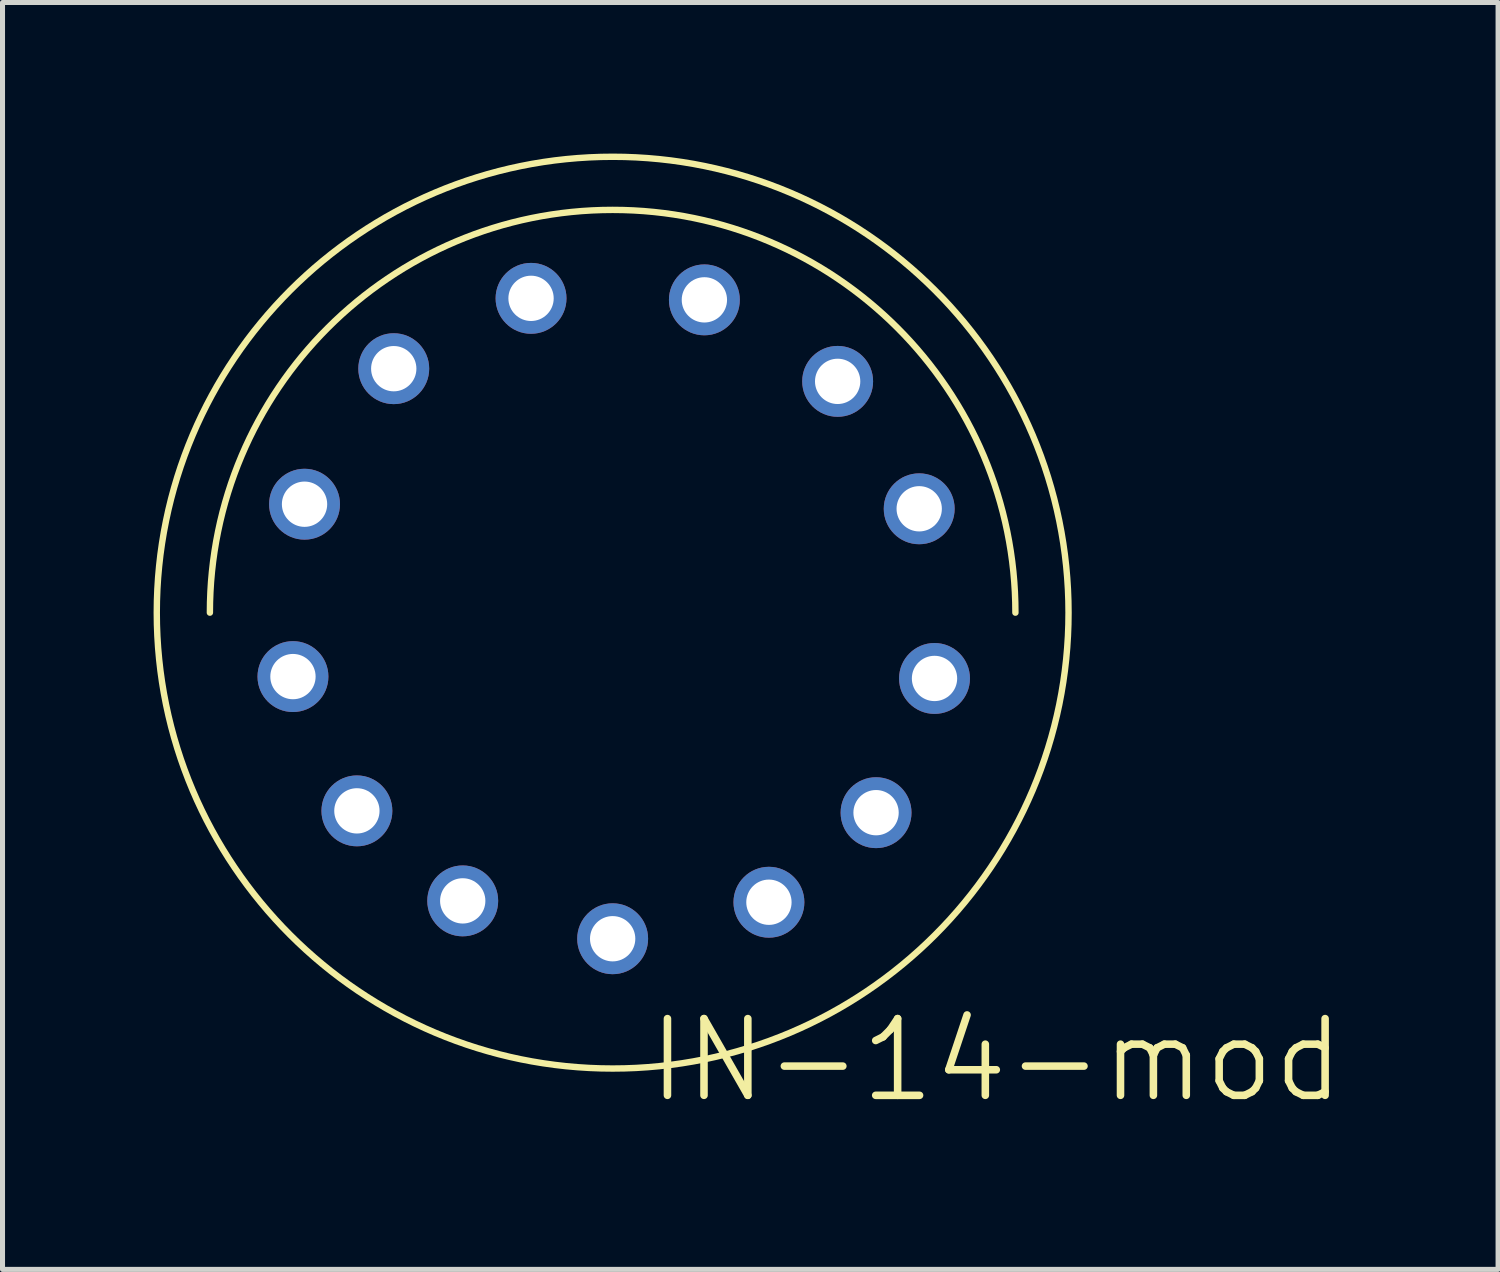
<source format=kicad_pcb>
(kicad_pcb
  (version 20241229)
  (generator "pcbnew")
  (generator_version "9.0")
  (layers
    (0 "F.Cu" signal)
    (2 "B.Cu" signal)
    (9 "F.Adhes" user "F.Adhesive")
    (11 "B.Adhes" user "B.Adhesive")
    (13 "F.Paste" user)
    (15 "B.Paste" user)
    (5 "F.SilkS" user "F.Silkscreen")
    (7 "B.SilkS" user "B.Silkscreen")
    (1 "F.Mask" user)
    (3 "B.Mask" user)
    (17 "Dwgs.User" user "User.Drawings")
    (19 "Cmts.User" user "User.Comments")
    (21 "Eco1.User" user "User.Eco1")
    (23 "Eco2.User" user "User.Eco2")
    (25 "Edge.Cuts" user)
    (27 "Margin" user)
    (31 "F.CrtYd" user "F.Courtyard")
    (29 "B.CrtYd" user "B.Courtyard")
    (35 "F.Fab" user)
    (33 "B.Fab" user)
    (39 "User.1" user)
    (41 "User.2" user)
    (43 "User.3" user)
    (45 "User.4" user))
  (footprint "IN-14-mod"
    (layer "F.Cu")
    (at 9.119 9.119)
    (property "Reference" "IN-14-mod" (at 7.62 8.89 0) (layer "F.SilkS") (effects (font (size 1.524 1.524) (thickness 0.15))))
    (attr through_hole)
    (fp_arc (start -8 0) (mid 0 -8) (end 8 0) (stroke (width 0.127) (type solid)) (layer "F.SilkS"))
    (fp_circle (center 0 0) (end 9.055 0) (stroke (width 0.127) (type solid)) (fill no) (layer "F.SilkS"))
    (pad "1" thru_hole circle (at 0 6.477) (size 1.408 1.408) (drill 0.9) (layers "*.Cu" "*.Mask"))
    (pad "2" thru_hole circle (at 3.104 5.752) (size 1.408 1.408) (drill 0.9) (layers "*.Cu" "*.Mask"))
    (pad "3" thru_hole circle (at 5.232 3.973) (size 1.408 1.408) (drill 0.9) (layers "*.Cu" "*.Mask"))
    (pad "4" thru_hole circle (at 6.393 1.307) (size 1.408 1.408) (drill 0.9) (layers "*.Cu" "*.Mask"))
    (pad "5" thru_hole circle (at 6.089 -2.063) (size 1.408 1.408) (drill 0.9) (layers "*.Cu" "*.Mask"))
    (pad "6" thru_hole circle (at 4.469 -4.594) (size 1.408 1.408) (drill 0.9) (layers "*.Cu" "*.Mask"))
    (pad "7" thru_hole circle (at 1.822 -6.213 180) (size 1.408 1.408) (drill 0.9) (layers "*.Cu" "*.Mask"))
    (pad "8" thru_hole circle (at -1.621 -6.243 180) (size 1.408 1.408) (drill 0.9) (layers "*.Cu" "*.Mask"))
    (pad "9" thru_hole circle (at -4.348 -4.846) (size 1.408 1.408) (drill 0.9) (layers "*.Cu" "*.Mask"))
    (pad "10" thru_hole circle (at -6.12 -2.154) (size 1.408 1.408) (drill 0.9) (layers "*.Cu" "*.Mask"))
    (pad "11" thru_hole circle (at -6.35 1.27) (size 1.408 1.408) (drill 0.9) (layers "*.Cu" "*.Mask"))
    (pad "12" thru_hole circle (at -5.08 3.937) (size 1.408 1.408) (drill 0.9) (layers "*.Cu" "*.Mask"))
    (pad "13" thru_hole circle (at -2.978 5.725) (size 1.408 1.408) (drill 0.9) (layers "*.Cu" "*.Mask")))
  (gr_rect
    (start -3 -3)
    (end 26.706 22.164)
    (stroke (width 0.1) (type default))
    (fill no)
    (layer "Edge.Cuts")))
</source>
